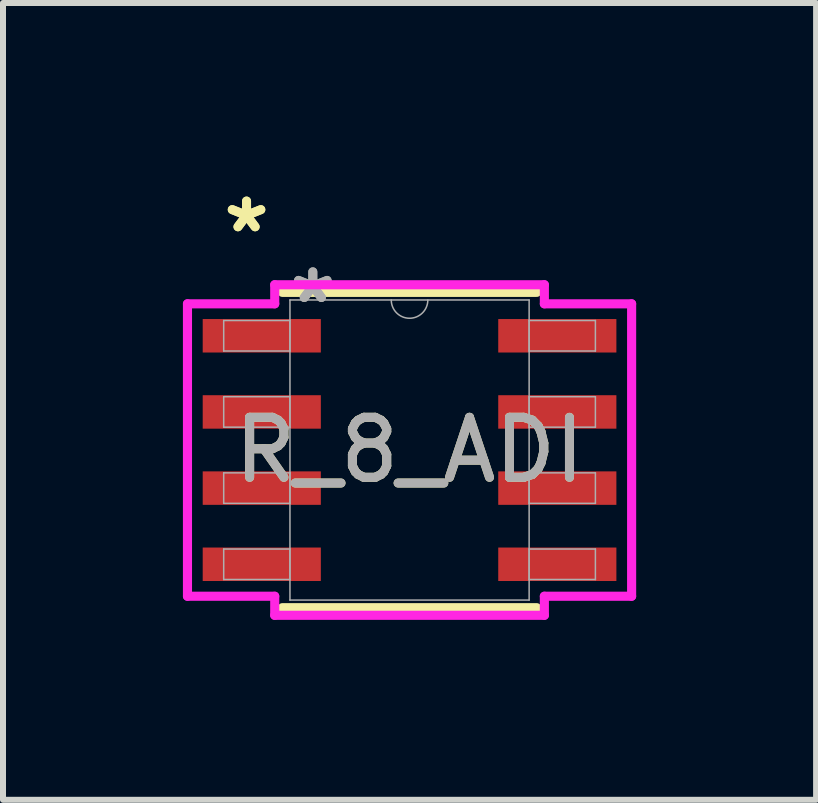
<source format=kicad_pcb>
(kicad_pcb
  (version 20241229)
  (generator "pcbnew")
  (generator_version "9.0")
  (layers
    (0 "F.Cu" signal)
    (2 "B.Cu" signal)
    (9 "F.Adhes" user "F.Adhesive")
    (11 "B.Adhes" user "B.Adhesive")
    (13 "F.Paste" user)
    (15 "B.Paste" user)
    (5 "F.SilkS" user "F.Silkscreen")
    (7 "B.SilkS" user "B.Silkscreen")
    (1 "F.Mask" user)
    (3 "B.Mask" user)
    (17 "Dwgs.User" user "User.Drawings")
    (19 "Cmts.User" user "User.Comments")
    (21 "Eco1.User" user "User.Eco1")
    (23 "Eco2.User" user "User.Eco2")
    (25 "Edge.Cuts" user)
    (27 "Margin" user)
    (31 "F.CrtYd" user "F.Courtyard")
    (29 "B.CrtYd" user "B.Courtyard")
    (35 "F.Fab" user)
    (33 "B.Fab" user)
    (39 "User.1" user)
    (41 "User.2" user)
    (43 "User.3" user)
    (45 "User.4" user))
  (footprint "R_8_ADI"
    (layer "F.Cu")
    (at 3.779 4.454)
    (property "Reference" "R_8_ADI" (at 0 0 0) (unlocked yes) (layer "F.SilkS") (effects (font (size 1 1) (thickness 0.15))))
    (attr smd)
    (fp_line (start -2.121 2.629) (end 2.121 2.629) (stroke (width 0.152) (type solid)) (layer "F.SilkS"))
    (fp_line (start 2.121 -2.629) (end -2.121 -2.629) (stroke (width 0.152) (type solid)) (layer "F.SilkS"))
    (fp_line (start -3.703 -2.438) (end -2.248 -2.438) (stroke (width 0.152) (type solid)) (layer "F.CrtYd"))
    (fp_line (start -3.703 2.438) (end -3.703 -2.438) (stroke (width 0.152) (type solid)) (layer "F.CrtYd"))
    (fp_line (start -3.703 2.438) (end -2.248 2.438) (stroke (width 0.152) (type solid)) (layer "F.CrtYd"))
    (fp_line (start -2.248 -2.756) (end 2.248 -2.756) (stroke (width 0.152) (type solid)) (layer "F.CrtYd"))
    (fp_line (start -2.248 -2.438) (end -2.248 -2.756) (stroke (width 0.152) (type solid)) (layer "F.CrtYd"))
    (fp_line (start -2.248 2.756) (end -2.248 2.438) (stroke (width 0.152) (type solid)) (layer "F.CrtYd"))
    (fp_line (start 2.248 -2.756) (end 2.248 -2.438) (stroke (width 0.152) (type solid)) (layer "F.CrtYd"))
    (fp_line (start 2.248 2.438) (end 2.248 2.756) (stroke (width 0.152) (type solid)) (layer "F.CrtYd"))
    (fp_line (start 2.248 2.756) (end -2.248 2.756) (stroke (width 0.152) (type solid)) (layer "F.CrtYd"))
    (fp_line (start 3.703 -2.438) (end 2.248 -2.438) (stroke (width 0.152) (type solid)) (layer "F.CrtYd"))
    (fp_line (start 3.703 -2.438) (end 3.703 2.438) (stroke (width 0.152) (type solid)) (layer "F.CrtYd"))
    (fp_line (start 3.703 2.438) (end 2.248 2.438) (stroke (width 0.152) (type solid)) (layer "F.CrtYd"))
    (fp_line (start -3.099 -2.159) (end -3.099 -1.651) (stroke (width 0.025) (type solid)) (layer "F.Fab"))
    (fp_line (start -3.099 -1.651) (end -1.994 -1.651) (stroke (width 0.025) (type solid)) (layer "F.Fab"))
    (fp_line (start -3.099 -0.889) (end -3.099 -0.381) (stroke (width 0.025) (type solid)) (layer "F.Fab"))
    (fp_line (start -3.099 -0.381) (end -1.994 -0.381) (stroke (width 0.025) (type solid)) (layer "F.Fab"))
    (fp_line (start -3.099 0.381) (end -3.099 0.889) (stroke (width 0.025) (type solid)) (layer "F.Fab"))
    (fp_line (start -3.099 0.889) (end -1.994 0.889) (stroke (width 0.025) (type solid)) (layer "F.Fab"))
    (fp_line (start -3.099 1.651) (end -3.099 2.159) (stroke (width 0.025) (type solid)) (layer "F.Fab"))
    (fp_line (start -3.099 2.159) (end -1.994 2.159) (stroke (width 0.025) (type solid)) (layer "F.Fab"))
    (fp_line (start -1.994 -2.502) (end -1.994 2.502) (stroke (width 0.025) (type solid)) (layer "F.Fab"))
    (fp_line (start -1.994 -2.159) (end -3.099 -2.159) (stroke (width 0.025) (type solid)) (layer "F.Fab"))
    (fp_line (start -1.994 -1.651) (end -1.994 -2.159) (stroke (width 0.025) (type solid)) (layer "F.Fab"))
    (fp_line (start -1.994 -0.889) (end -3.099 -0.889) (stroke (width 0.025) (type solid)) (layer "F.Fab"))
    (fp_line (start -1.994 -0.381) (end -1.994 -0.889) (stroke (width 0.025) (type solid)) (layer "F.Fab"))
    (fp_line (start -1.994 0.381) (end -3.099 0.381) (stroke (width 0.025) (type solid)) (layer "F.Fab"))
    (fp_line (start -1.994 0.889) (end -1.994 0.381) (stroke (width 0.025) (type solid)) (layer "F.Fab"))
    (fp_line (start -1.994 1.651) (end -3.099 1.651) (stroke (width 0.025) (type solid)) (layer "F.Fab"))
    (fp_line (start -1.994 2.159) (end -1.994 1.651) (stroke (width 0.025) (type solid)) (layer "F.Fab"))
    (fp_line (start -1.994 2.502) (end 1.994 2.502) (stroke (width 0.025) (type solid)) (layer "F.Fab"))
    (fp_line (start 1.994 -2.502) (end -1.994 -2.502) (stroke (width 0.025) (type solid)) (layer "F.Fab"))
    (fp_line (start 1.994 -2.159) (end 1.994 -1.651) (stroke (width 0.025) (type solid)) (layer "F.Fab"))
    (fp_line (start 1.994 -1.651) (end 3.099 -1.651) (stroke (width 0.025) (type solid)) (layer "F.Fab"))
    (fp_line (start 1.994 -0.889) (end 1.994 -0.381) (stroke (width 0.025) (type solid)) (layer "F.Fab"))
    (fp_line (start 1.994 -0.381) (end 3.099 -0.381) (stroke (width 0.025) (type solid)) (layer "F.Fab"))
    (fp_line (start 1.994 0.381) (end 1.994 0.889) (stroke (width 0.025) (type solid)) (layer "F.Fab"))
    (fp_line (start 1.994 0.889) (end 3.099 0.889) (stroke (width 0.025) (type solid)) (layer "F.Fab"))
    (fp_line (start 1.994 1.651) (end 1.994 2.159) (stroke (width 0.025) (type solid)) (layer "F.Fab"))
    (fp_line (start 1.994 2.159) (end 3.099 2.159) (stroke (width 0.025) (type solid)) (layer "F.Fab"))
    (fp_line (start 1.994 2.502) (end 1.994 -2.502) (stroke (width 0.025) (type solid)) (layer "F.Fab"))
    (fp_line (start 3.099 -2.159) (end 1.994 -2.159) (stroke (width 0.025) (type solid)) (layer "F.Fab"))
    (fp_line (start 3.099 -1.651) (end 3.099 -2.159) (stroke (width 0.025) (type solid)) (layer "F.Fab"))
    (fp_line (start 3.099 -0.889) (end 1.994 -0.889) (stroke (width 0.025) (type solid)) (layer "F.Fab"))
    (fp_line (start 3.099 -0.381) (end 3.099 -0.889) (stroke (width 0.025) (type solid)) (layer "F.Fab"))
    (fp_line (start 3.099 0.381) (end 1.994 0.381) (stroke (width 0.025) (type solid)) (layer "F.Fab"))
    (fp_line (start 3.099 0.889) (end 3.099 0.381) (stroke (width 0.025) (type solid)) (layer "F.Fab"))
    (fp_line (start 3.099 1.651) (end 1.994 1.651) (stroke (width 0.025) (type solid)) (layer "F.Fab"))
    (fp_line (start 3.099 2.159) (end 3.099 1.651) (stroke (width 0.025) (type solid)) (layer "F.Fab"))
    (fp_arc (start 0.3048 -2.5019) (mid 0 -2.1971) (end -0.3048 -2.5019) (stroke (width 0.0254) (type solid)) (layer "F.Fab"))
    (fp_text user "*" (at -2.718 -3.606 0) (layer "F.SilkS") (effects (font (size 1 1) (thickness 0.15))))
    (fp_text user "*" (at -2.718 -3.606 0) (unlocked yes) (layer "F.SilkS") (effects (font (size 1 1) (thickness 0.15))))
    (fp_text user "${REFERENCE}" (at 0 0 0) (unlocked yes) (layer "F.Fab") (effects (font (size 1 1) (thickness 0.15))))
    (fp_text user "*" (at -1.613 -2.426 0) (layer "F.Fab") (effects (font (size 1 1) (thickness 0.15))))
    (fp_text user "*" (at -1.613 -2.426 0) (unlocked yes) (layer "F.Fab") (effects (font (size 1 1) (thickness 0.15))))
    (pad "1" smd rect (at -2.464 -1.905) (size 1.97 0.558) (layers "F.Cu" "F.Mask" "F.Paste"))
    (pad "2" smd rect (at -2.464 -0.635) (size 1.97 0.558) (layers "F.Cu" "F.Mask" "F.Paste"))
    (pad "3" smd rect (at -2.464 0.635) (size 1.97 0.558) (layers "F.Cu" "F.Mask" "F.Paste"))
    (pad "4" smd rect (at -2.464 1.905) (size 1.97 0.558) (layers "F.Cu" "F.Mask" "F.Paste"))
    (pad "5" smd rect (at 2.464 1.905) (size 1.97 0.558) (layers "F.Cu" "F.Mask" "F.Paste"))
    (pad "6" smd rect (at 2.464 0.635) (size 1.97 0.558) (layers "F.Cu" "F.Mask" "F.Paste"))
    (pad "7" smd rect (at 2.464 -0.635) (size 1.97 0.558) (layers "F.Cu" "F.Mask" "F.Paste"))
    (pad "8" smd rect (at 2.464 -1.905) (size 1.97 0.558) (layers "F.Cu" "F.Mask" "F.Paste")))
  (gr_rect
    (start -3 -3)
    (end 10.558 10.286)
    (stroke (width 0.1) (type default))
    (fill no)
    (layer "Edge.Cuts")))
</source>
